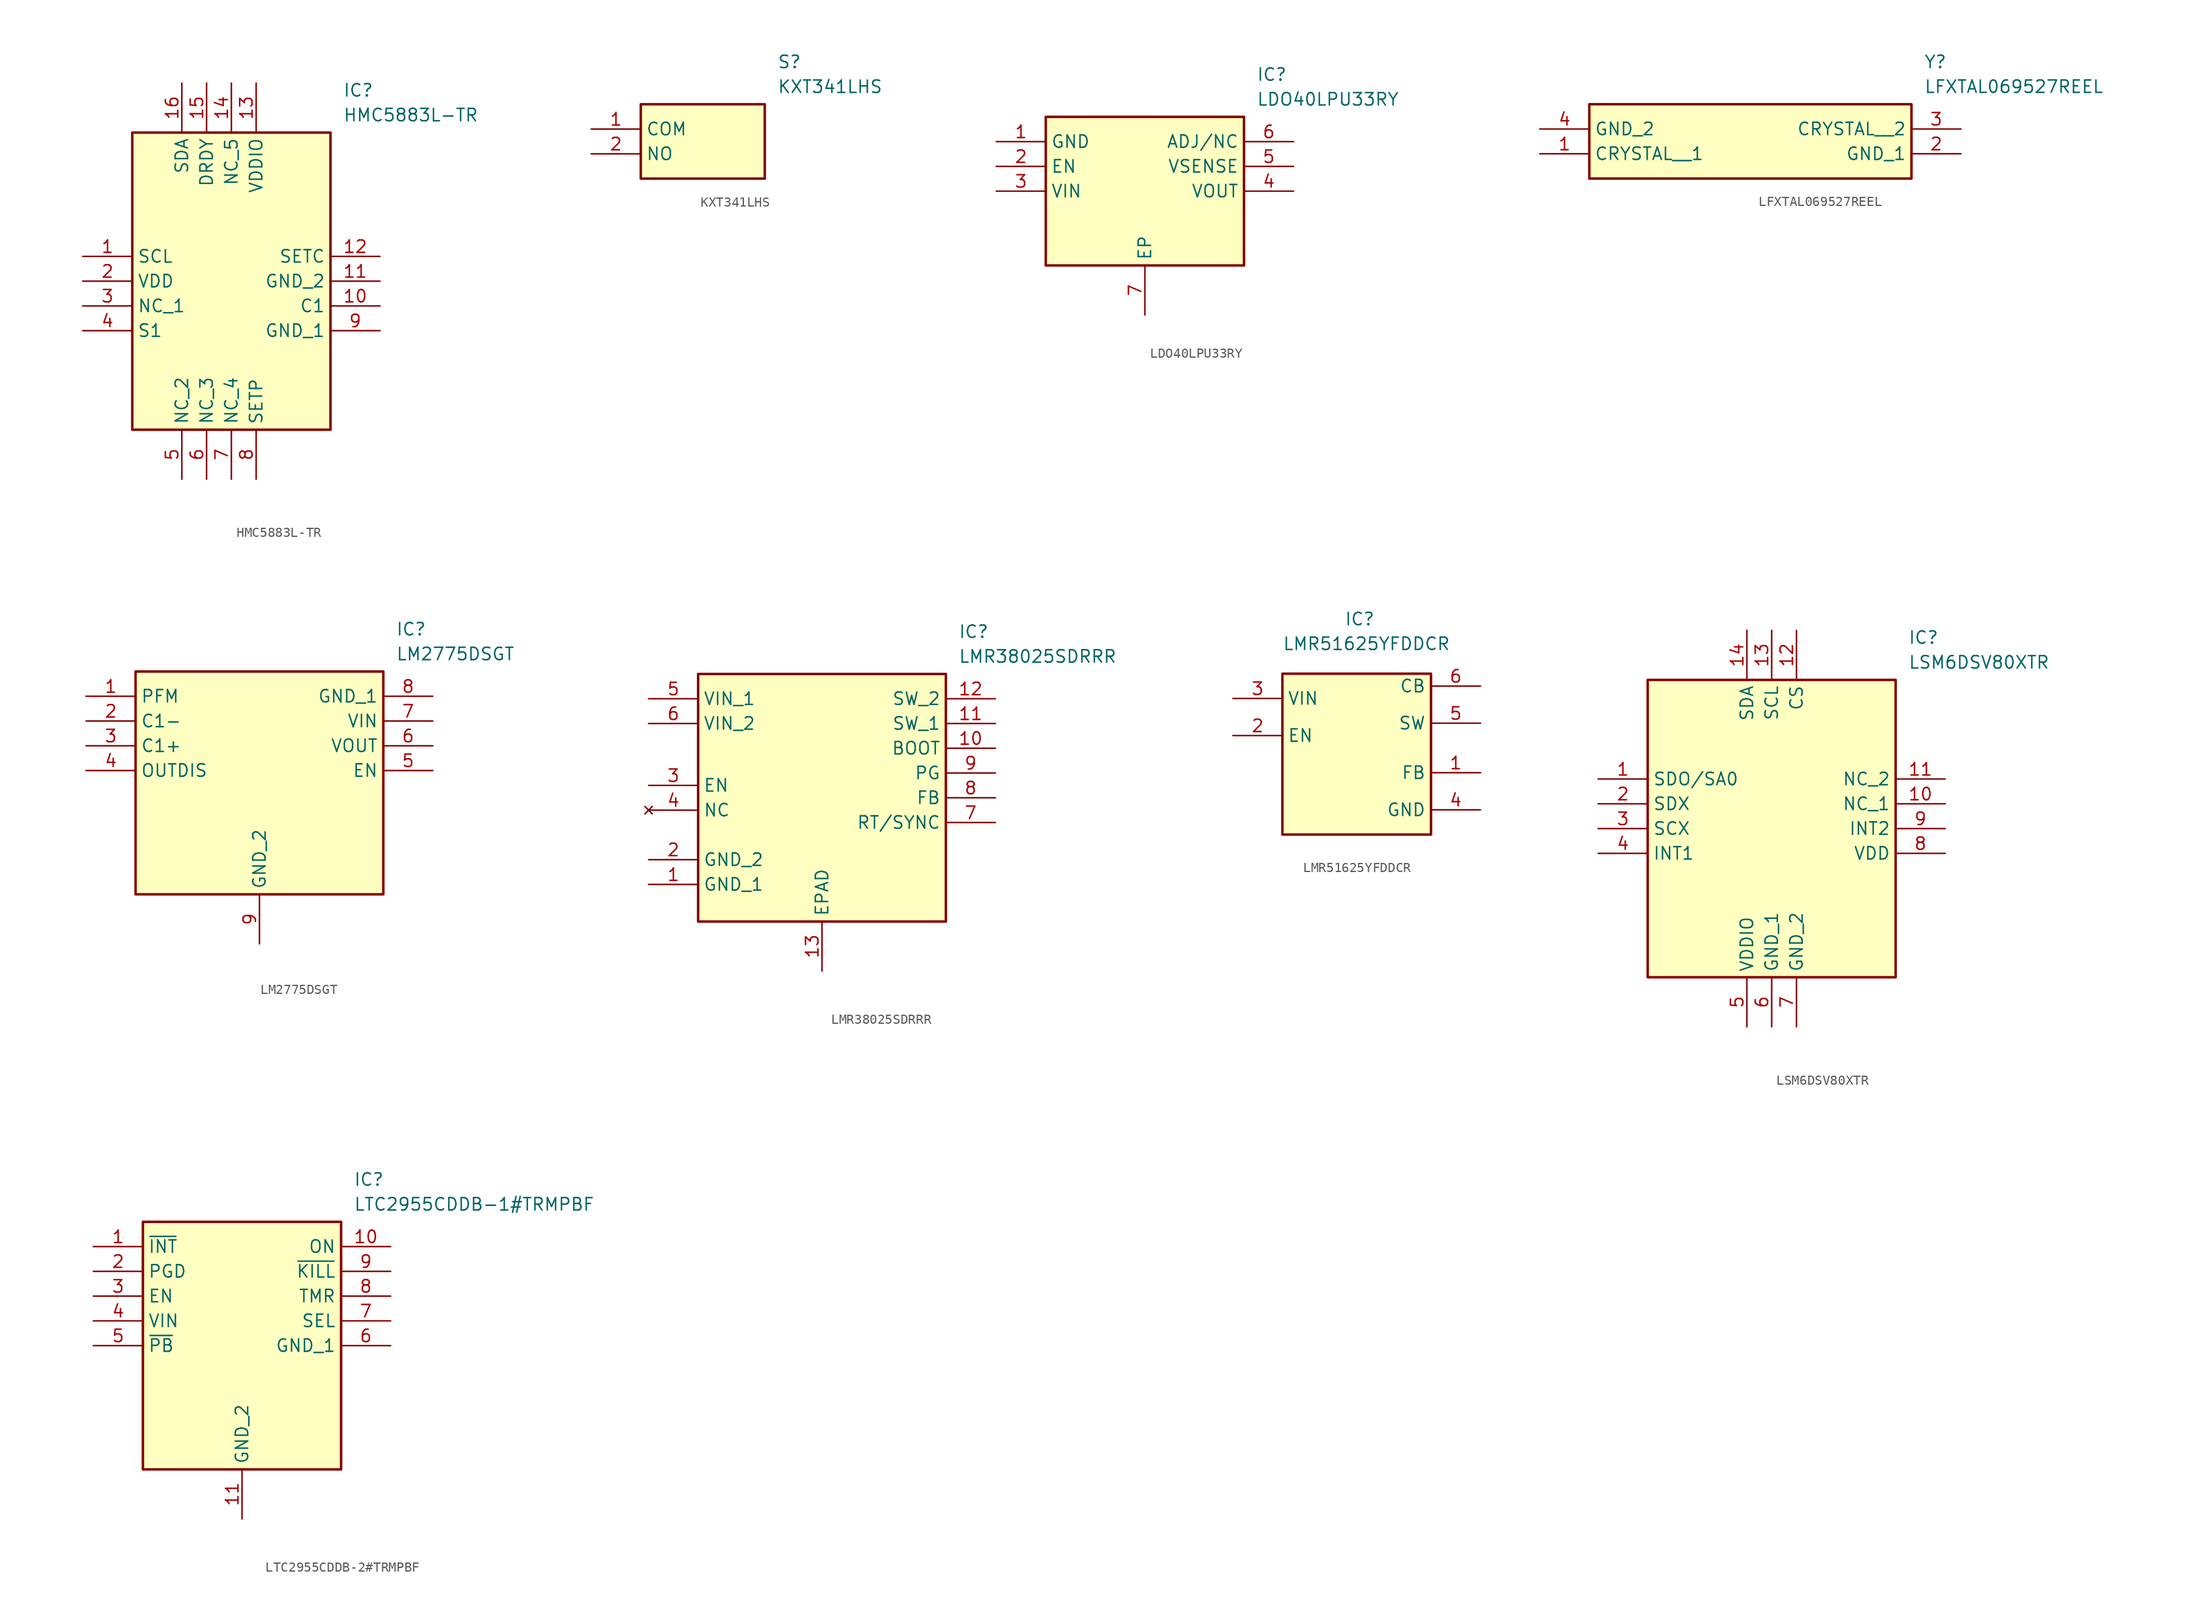
<source format=kicad_sym>
(kicad_symbol_lib
  (version 20241209)
  (generator "kicad_symbol_editor")
  (generator_version "9.0")
  (symbol "HMC5883L-TR"
    (property "Reference" "IC"
      (at 26.67 17.78 0)
      (effects (font (size 1.27 1.27)) (justify left top)))
    (property "Value" "HMC5883L-TR"
      (at 26.67 15.24 0)
      (effects (font (size 1.27 1.27)) (justify left top)))
    (symbol "HMC5883L-TR_1_1"
      (rectangle (start 5.08 12.7) (end 25.4 -17.78) (stroke (width 0.254) (type default)) (fill (type background)))
      (pin passive line (at 0 0 0) (length 5.08) (name "SCL" (effects (font (size 1.27 1.27)))) (number "1" (effects (font (size 1.27 1.27)))))
      (pin passive line (at 0 -2.54 0) (length 5.08) (name "VDD" (effects (font (size 1.27 1.27)))) (number "2" (effects (font (size 1.27 1.27)))))
      (pin passive line (at 0 -5.08 0) (length 5.08) (name "NC_1" (effects (font (size 1.27 1.27)))) (number "3" (effects (font (size 1.27 1.27)))))
      (pin passive line (at 0 -7.62 0) (length 5.08) (name "S1" (effects (font (size 1.27 1.27)))) (number "4" (effects (font (size 1.27 1.27)))))
      (pin passive line (at 10.16 17.78 270) (length 5.08) (name "SDA" (effects (font (size 1.27 1.27)))) (number "16" (effects (font (size 1.27 1.27)))))
      (pin passive line (at 10.16 -22.86 90) (length 5.08) (name "NC_2" (effects (font (size 1.27 1.27)))) (number "5" (effects (font (size 1.27 1.27)))))
      (pin passive line (at 12.7 17.78 270) (length 5.08) (name "DRDY" (effects (font (size 1.27 1.27)))) (number "15" (effects (font (size 1.27 1.27)))))
      (pin passive line (at 12.7 -22.86 90) (length 5.08) (name "NC_3" (effects (font (size 1.27 1.27)))) (number "6" (effects (font (size 1.27 1.27)))))
      (pin passive line (at 15.24 17.78 270) (length 5.08) (name "NC_5" (effects (font (size 1.27 1.27)))) (number "14" (effects (font (size 1.27 1.27)))))
      (pin passive line (at 15.24 -22.86 90) (length 5.08) (name "NC_4" (effects (font (size 1.27 1.27)))) (number "7" (effects (font (size 1.27 1.27)))))
      (pin passive line (at 17.78 17.78 270) (length 5.08) (name "VDDIO" (effects (font (size 1.27 1.27)))) (number "13" (effects (font (size 1.27 1.27)))))
      (pin passive line (at 17.78 -22.86 90) (length 5.08) (name "SETP" (effects (font (size 1.27 1.27)))) (number "8" (effects (font (size 1.27 1.27)))))
      (pin passive line (at 30.48 0 180) (length 5.08) (name "SETC" (effects (font (size 1.27 1.27)))) (number "12" (effects (font (size 1.27 1.27)))))
      (pin passive line (at 30.48 -2.54 180) (length 5.08) (name "GND_2" (effects (font (size 1.27 1.27)))) (number "11" (effects (font (size 1.27 1.27)))))
      (pin passive line (at 30.48 -5.08 180) (length 5.08) (name "C1" (effects (font (size 1.27 1.27)))) (number "10" (effects (font (size 1.27 1.27)))))
      (pin passive line (at 30.48 -7.62 180) (length 5.08) (name "GND_1" (effects (font (size 1.27 1.27)))) (number "9" (effects (font (size 1.27 1.27)))))))
  (symbol "KXT341LHS"
    (property "Reference" "S"
      (at 19.05 7.62 0)
      (effects (font (size 1.27 1.27)) (justify left top)))
    (property "Value" "KXT341LHS"
      (at 19.05 5.08 0)
      (effects (font (size 1.27 1.27)) (justify left top)))
    (symbol "KXT341LHS_1_1"
      (rectangle (start 5.08 2.54) (end 17.78 -5.08) (stroke (width 0.254) (type default)) (fill (type background)))
      (pin passive line (at 0 0 0) (length 5.08) (name "COM" (effects (font (size 1.27 1.27)))) (number "1" (effects (font (size 1.27 1.27)))))
      (pin passive line (at 0 -2.54 0) (length 5.08) (name "NO" (effects (font (size 1.27 1.27)))) (number "2" (effects (font (size 1.27 1.27)))))))
  (symbol "LDO40LPU33RY"
    (property "Reference" "IC"
      (at 26.67 7.62 0)
      (effects (font (size 1.27 1.27)) (justify left top)))
    (property "Value" "LDO40LPU33RY"
      (at 26.67 5.08 0)
      (effects (font (size 1.27 1.27)) (justify left top)))
    (symbol "LDO40LPU33RY_1_1"
      (rectangle (start 5.08 2.54) (end 25.4 -12.7) (stroke (width 0.254) (type default)) (fill (type background)))
      (pin passive line (at 0 0 0) (length 5.08) (name "GND" (effects (font (size 1.27 1.27)))) (number "1" (effects (font (size 1.27 1.27)))))
      (pin passive line (at 0 -2.54 0) (length 5.08) (name "EN" (effects (font (size 1.27 1.27)))) (number "2" (effects (font (size 1.27 1.27)))))
      (pin passive line (at 0 -5.08 0) (length 5.08) (name "VIN" (effects (font (size 1.27 1.27)))) (number "3" (effects (font (size 1.27 1.27)))))
      (pin passive line (at 15.24 -17.78 90) (length 5.08) (name "EP" (effects (font (size 1.27 1.27)))) (number "7" (effects (font (size 1.27 1.27)))))
      (pin passive line (at 30.48 0 180) (length 5.08) (name "ADJ/NC" (effects (font (size 1.27 1.27)))) (number "6" (effects (font (size 1.27 1.27)))))
      (pin passive line (at 30.48 -2.54 180) (length 5.08) (name "VSENSE" (effects (font (size 1.27 1.27)))) (number "5" (effects (font (size 1.27 1.27)))))
      (pin passive line (at 30.48 -5.08 180) (length 5.08) (name "VOUT" (effects (font (size 1.27 1.27)))) (number "4" (effects (font (size 1.27 1.27)))))))
  (symbol "LFXTAL069527REEL"
    (property "Reference" "Y"
      (at 39.37 7.62 0)
      (effects (font (size 1.27 1.27)) (justify left top)))
    (property "Value" "LFXTAL069527REEL"
      (at 39.37 5.08 0)
      (effects (font (size 1.27 1.27)) (justify left top)))
    (symbol "LFXTAL069527REEL_1_1"
      (rectangle (start 5.08 2.54) (end 38.1 -5.08) (stroke (width 0.254) (type default)) (fill (type background)))
      (pin passive line (at 0 0 0) (length 5.08) (name "GND_2" (effects (font (size 1.27 1.27)))) (number "4" (effects (font (size 1.27 1.27)))))
      (pin passive line (at 0 -2.54 0) (length 5.08) (name "CRYSTAL__1" (effects (font (size 1.27 1.27)))) (number "1" (effects (font (size 1.27 1.27)))))
      (pin passive line (at 43.18 0 180) (length 5.08) (name "CRYSTAL__2" (effects (font (size 1.27 1.27)))) (number "3" (effects (font (size 1.27 1.27)))))
      (pin passive line (at 43.18 -2.54 180) (length 5.08) (name "GND_1" (effects (font (size 1.27 1.27)))) (number "2" (effects (font (size 1.27 1.27)))))))
  (symbol "LM2775DSGT"
    (property "Reference" "IC"
      (at 31.75 7.62 0)
      (effects (font (size 1.27 1.27)) (justify left top)))
    (property "Value" "LM2775DSGT"
      (at 31.75 5.08 0)
      (effects (font (size 1.27 1.27)) (justify left top)))
    (symbol "LM2775DSGT_1_1"
      (rectangle (start 5.08 2.54) (end 30.48 -20.32) (stroke (width 0.254) (type default)) (fill (type background)))
      (pin passive line (at 0 0 0) (length 5.08) (name "PFM" (effects (font (size 1.27 1.27)))) (number "1" (effects (font (size 1.27 1.27)))))
      (pin passive line (at 0 -2.54 0) (length 5.08) (name "C1-" (effects (font (size 1.27 1.27)))) (number "2" (effects (font (size 1.27 1.27)))))
      (pin passive line (at 0 -5.08 0) (length 5.08) (name "C1+" (effects (font (size 1.27 1.27)))) (number "3" (effects (font (size 1.27 1.27)))))
      (pin passive line (at 0 -7.62 0) (length 5.08) (name "OUTDIS" (effects (font (size 1.27 1.27)))) (number "4" (effects (font (size 1.27 1.27)))))
      (pin passive line (at 17.78 -25.4 90) (length 5.08) (name "GND_2" (effects (font (size 1.27 1.27)))) (number "9" (effects (font (size 1.27 1.27)))))
      (pin passive line (at 35.56 0 180) (length 5.08) (name "GND_1" (effects (font (size 1.27 1.27)))) (number "8" (effects (font (size 1.27 1.27)))))
      (pin passive line (at 35.56 -2.54 180) (length 5.08) (name "VIN" (effects (font (size 1.27 1.27)))) (number "7" (effects (font (size 1.27 1.27)))))
      (pin passive line (at 35.56 -5.08 180) (length 5.08) (name "VOUT" (effects (font (size 1.27 1.27)))) (number "6" (effects (font (size 1.27 1.27)))))
      (pin passive line (at 35.56 -7.62 180) (length 5.08) (name "EN" (effects (font (size 1.27 1.27)))) (number "5" (effects (font (size 1.27 1.27)))))))
  (symbol "LMR38025SDRRR"
    (property "Reference" "IC"
      (at 31.75 7.62 0)
      (effects (font (size 1.27 1.27)) (justify left top)))
    (property "Value" "LMR38025SDRRR"
      (at 31.75 5.08 0)
      (effects (font (size 1.27 1.27)) (justify left top)))
    (symbol "LMR38025SDRRR_1_1"
      (rectangle (start 5.08 2.54) (end 30.48 -22.86) (stroke (width 0.254) (type default)) (fill (type background)))
      (pin passive line (at 0 0 0) (length 5.08) (name "VIN_1" (effects (font (size 1.27 1.27)))) (number "5" (effects (font (size 1.27 1.27)))))
      (pin passive line (at 0 -2.54 0) (length 5.08) (name "VIN_2" (effects (font (size 1.27 1.27)))) (number "6" (effects (font (size 1.27 1.27)))))
      (pin passive line (at 0 -8.89 0) (length 5.08) (name "EN" (effects (font (size 1.27 1.27)))) (number "3" (effects (font (size 1.27 1.27)))))
      (pin no_connect line (at 0 -11.43 0) (length 5.08) (name "NC" (effects (font (size 1.27 1.27)))) (number "4" (effects (font (size 1.27 1.27)))))
      (pin passive line (at 0 -16.51 0) (length 5.08) (name "GND_2" (effects (font (size 1.27 1.27)))) (number "2" (effects (font (size 1.27 1.27)))))
      (pin passive line (at 0 -19.05 0) (length 5.08) (name "GND_1" (effects (font (size 1.27 1.27)))) (number "1" (effects (font (size 1.27 1.27)))))
      (pin passive line (at 17.78 -27.94 90) (length 5.08) (name "EPAD" (effects (font (size 1.27 1.27)))) (number "13" (effects (font (size 1.27 1.27)))))
      (pin passive line (at 35.56 0 180) (length 5.08) (name "SW_2" (effects (font (size 1.27 1.27)))) (number "12" (effects (font (size 1.27 1.27)))))
      (pin passive line (at 35.56 -2.54 180) (length 5.08) (name "SW_1" (effects (font (size 1.27 1.27)))) (number "11" (effects (font (size 1.27 1.27)))))
      (pin passive line (at 35.56 -5.08 180) (length 5.08) (name "BOOT" (effects (font (size 1.27 1.27)))) (number "10" (effects (font (size 1.27 1.27)))))
      (pin passive line (at 35.56 -7.62 180) (length 5.08) (name "PG" (effects (font (size 1.27 1.27)))) (number "9" (effects (font (size 1.27 1.27)))))
      (pin passive line (at 35.56 -10.16 180) (length 5.08) (name "FB" (effects (font (size 1.27 1.27)))) (number "8" (effects (font (size 1.27 1.27)))))
      (pin passive line (at 35.56 -12.7 180) (length 5.08) (name "RT/SYNC" (effects (font (size 1.27 1.27)))) (number "7" (effects (font (size 1.27 1.27)))))))
  (symbol "LMR51625YFDDCR"
    (property "Reference" "IC"
      (at 11.43 15.24 0)
      (effects (font (size 1.27 1.27)) (justify left top)))
    (property "Value" "LMR51625YFDDCR"
      (at 5.08 12.7 0)
      (effects (font (size 1.27 1.27)) (justify left top)))
    (symbol "LMR51625YFDDCR_1_1"
      (rectangle (start 5.08 8.89) (end 20.32 -7.62) (stroke (width 0.254) (type default)) (fill (type background)))
      (pin passive line (at 0 6.35 0) (length 5.08) (name "VIN" (effects (font (size 1.27 1.27)))) (number "3" (effects (font (size 1.27 1.27)))))
      (pin passive line (at 0 2.54 0) (length 5.08) (name "EN" (effects (font (size 1.27 1.27)))) (number "2" (effects (font (size 1.27 1.27)))))
      (pin passive line (at 25.4 7.62 180) (length 5.08) (name "CB" (effects (font (size 1.27 1.27)))) (number "6" (effects (font (size 1.27 1.27)))))
      (pin passive line (at 25.4 3.81 180) (length 5.08) (name "SW" (effects (font (size 1.27 1.27)))) (number "5" (effects (font (size 1.27 1.27)))))
      (pin passive line (at 25.4 -1.27 180) (length 5.08) (name "FB" (effects (font (size 1.27 1.27)))) (number "1" (effects (font (size 1.27 1.27)))))
      (pin passive line (at 25.4 -5.08 180) (length 5.08) (name "GND" (effects (font (size 1.27 1.27)))) (number "4" (effects (font (size 1.27 1.27)))))))
  (symbol "LSM6DSV80XTR"
    (property "Reference" "IC"
      (at 31.75 15.24 0)
      (effects (font (size 1.27 1.27)) (justify left top)))
    (property "Value" "LSM6DSV80XTR"
      (at 31.75 12.7 0)
      (effects (font (size 1.27 1.27)) (justify left top)))
    (symbol "LSM6DSV80XTR_1_1"
      (rectangle (start 5.08 10.16) (end 30.48 -20.32) (stroke (width 0.254) (type default)) (fill (type background)))
      (pin passive line (at 0 0 0) (length 5.08) (name "SDO/SA0" (effects (font (size 1.27 1.27)))) (number "1" (effects (font (size 1.27 1.27)))))
      (pin passive line (at 0 -2.54 0) (length 5.08) (name "SDX" (effects (font (size 1.27 1.27)))) (number "2" (effects (font (size 1.27 1.27)))))
      (pin passive line (at 0 -5.08 0) (length 5.08) (name "SCX" (effects (font (size 1.27 1.27)))) (number "3" (effects (font (size 1.27 1.27)))))
      (pin passive line (at 0 -7.62 0) (length 5.08) (name "INT1" (effects (font (size 1.27 1.27)))) (number "4" (effects (font (size 1.27 1.27)))))
      (pin passive line (at 15.24 15.24 270) (length 5.08) (name "SDA" (effects (font (size 1.27 1.27)))) (number "14" (effects (font (size 1.27 1.27)))))
      (pin passive line (at 15.24 -25.4 90) (length 5.08) (name "VDDIO" (effects (font (size 1.27 1.27)))) (number "5" (effects (font (size 1.27 1.27)))))
      (pin passive line (at 17.78 15.24 270) (length 5.08) (name "SCL" (effects (font (size 1.27 1.27)))) (number "13" (effects (font (size 1.27 1.27)))))
      (pin passive line (at 17.78 -25.4 90) (length 5.08) (name "GND_1" (effects (font (size 1.27 1.27)))) (number "6" (effects (font (size 1.27 1.27)))))
      (pin passive line (at 20.32 15.24 270) (length 5.08) (name "CS" (effects (font (size 1.27 1.27)))) (number "12" (effects (font (size 1.27 1.27)))))
      (pin passive line (at 20.32 -25.4 90) (length 5.08) (name "GND_2" (effects (font (size 1.27 1.27)))) (number "7" (effects (font (size 1.27 1.27)))))
      (pin passive line (at 35.56 0 180) (length 5.08) (name "NC_2" (effects (font (size 1.27 1.27)))) (number "11" (effects (font (size 1.27 1.27)))))
      (pin passive line (at 35.56 -2.54 180) (length 5.08) (name "NC_1" (effects (font (size 1.27 1.27)))) (number "10" (effects (font (size 1.27 1.27)))))
      (pin passive line (at 35.56 -5.08 180) (length 5.08) (name "INT2" (effects (font (size 1.27 1.27)))) (number "9" (effects (font (size 1.27 1.27)))))
      (pin passive line (at 35.56 -7.62 180) (length 5.08) (name "VDD" (effects (font (size 1.27 1.27)))) (number "8" (effects (font (size 1.27 1.27)))))))
  (symbol "LTC2955CDDB-2#TRMPBF"
    (property "Reference" "IC"
      (at 26.67 7.62 0)
      (effects (font (size 1.27 1.27)) (justify left top)))
    (property "Value" "LTC2955CDDB-1#TRMPBF"
      (at 26.67 5.08 0)
      (effects (font (size 1.27 1.27)) (justify left top)))
    (symbol "LTC2955CDDB-2#TRMPBF_1_1"
      (rectangle (start 5.08 2.54) (end 25.4 -22.86) (stroke (width 0.254) (type default)) (fill (type background)))
      (pin passive line (at 0 0 0) (length 5.08) (name "~{INT}" (effects (font (size 1.27 1.27)))) (number "1" (effects (font (size 1.27 1.27)))))
      (pin passive line (at 0 -2.54 0) (length 5.08) (name "PGD" (effects (font (size 1.27 1.27)))) (number "2" (effects (font (size 1.27 1.27)))))
      (pin passive line (at 0 -5.08 0) (length 5.08) (name "EN" (effects (font (size 1.27 1.27)))) (number "3" (effects (font (size 1.27 1.27)))))
      (pin passive line (at 0 -7.62 0) (length 5.08) (name "VIN" (effects (font (size 1.27 1.27)))) (number "4" (effects (font (size 1.27 1.27)))))
      (pin passive line (at 0 -10.16 0) (length 5.08) (name "~{PB}" (effects (font (size 1.27 1.27)))) (number "5" (effects (font (size 1.27 1.27)))))
      (pin passive line (at 15.24 -27.94 90) (length 5.08) (name "GND_2" (effects (font (size 1.27 1.27)))) (number "11" (effects (font (size 1.27 1.27)))))
      (pin passive line (at 30.48 0 180) (length 5.08) (name "ON" (effects (font (size 1.27 1.27)))) (number "10" (effects (font (size 1.27 1.27)))))
      (pin passive line (at 30.48 -2.54 180) (length 5.08) (name "~{KILL}" (effects (font (size 1.27 1.27)))) (number "9" (effects (font (size 1.27 1.27)))))
      (pin passive line (at 30.48 -5.08 180) (length 5.08) (name "TMR" (effects (font (size 1.27 1.27)))) (number "8" (effects (font (size 1.27 1.27)))))
      (pin passive line (at 30.48 -7.62 180) (length 5.08) (name "SEL" (effects (font (size 1.27 1.27)))) (number "7" (effects (font (size 1.27 1.27)))))
      (pin passive line (at 30.48 -10.16 180) (length 5.08) (name "GND_1" (effects (font (size 1.27 1.27)))) (number "6" (effects (font (size 1.27 1.27))))))))
</source>
